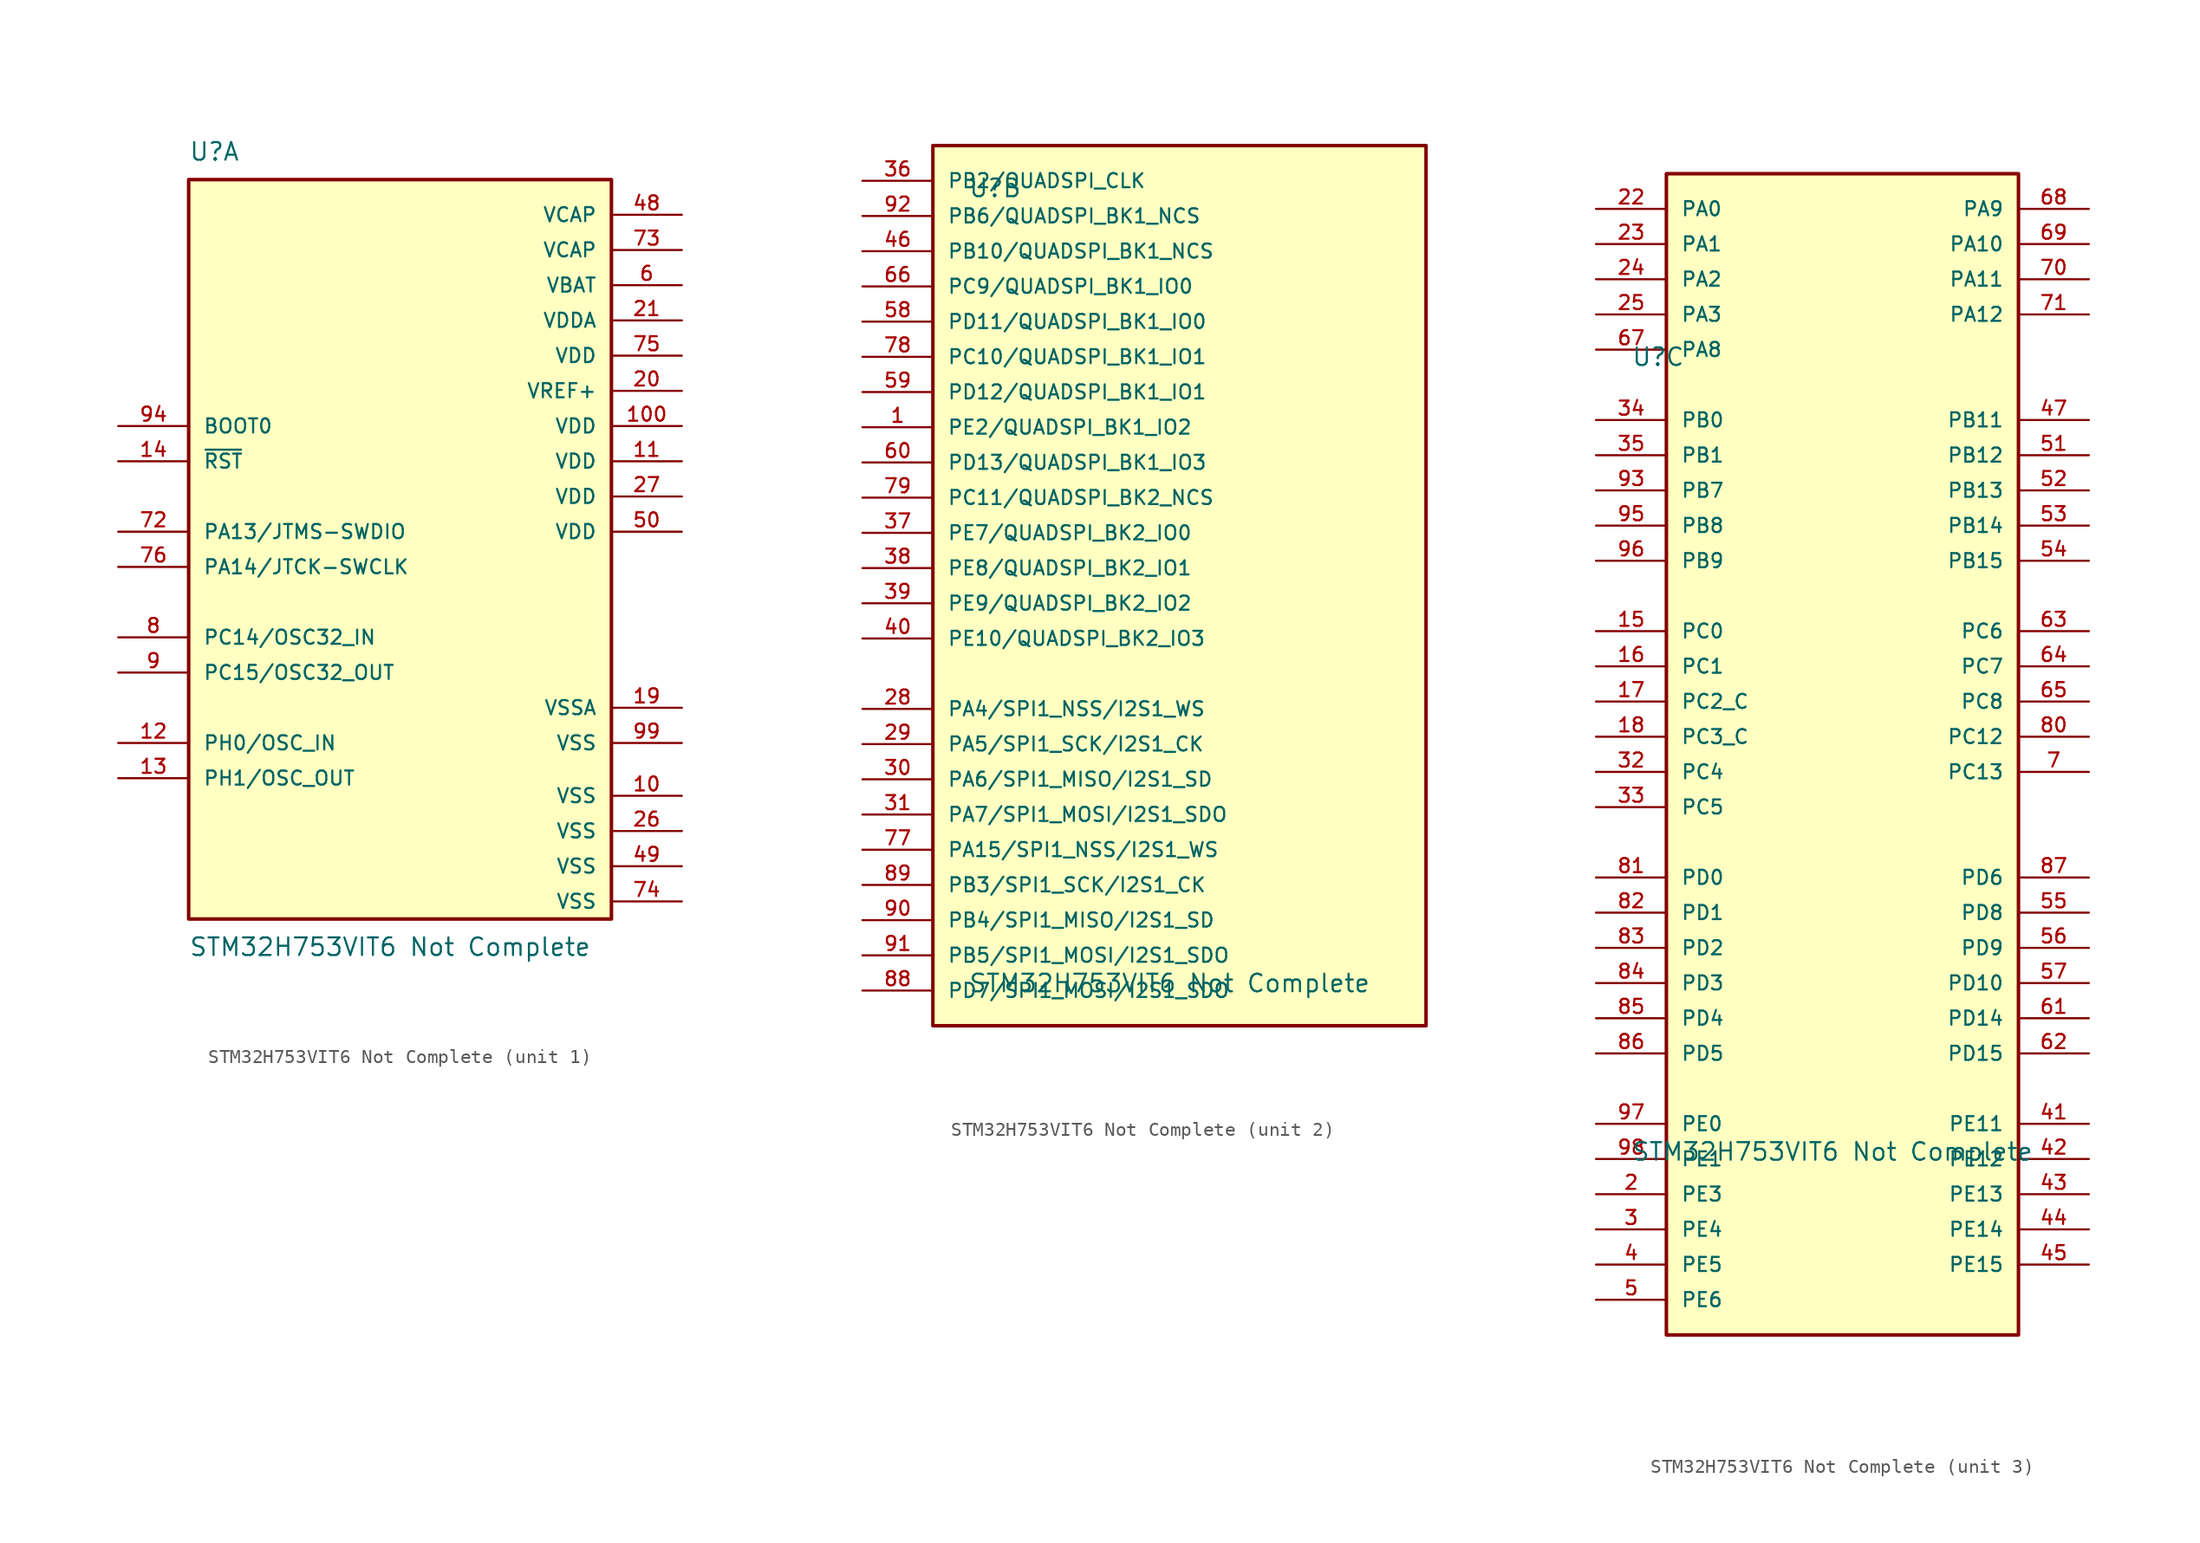
<source format=kicad_sym>
(kicad_symbol_lib
  (version 20241209)
  (generator "kicad_symbol_editor")
  (generator_version "9.0")
  (symbol "STM32H753VIT6 Not Complete"
    (pin_names
      (offset 1.016))
    (property "Reference" "U"
      (at -15.24 26.67 0)
      (effects (font (size 1.27 1.27)) (justify left bottom)))
    (property "Value" "STM32H753VIT6 Not Complete"
      (at -15.24 -29.21 0)
      (effects (font (size 1.27 1.27)) (justify left top)))
    (symbol "STM32H753VIT6 Not Complete_1_0"
      (rectangle (start -15.24 -27.94) (end 15.24 25.4) (stroke (width 0.254) (type default)) (fill (type background)))
      (pin input line (at -20.32 7.62 0) (length 5.08) (name "BOOT0" (effects (font (size 1.016 1.016)))) (number "94" (effects (font (size 1.016 1.016)))))
      (pin bidirectional line (at -20.32 5.08 0) (length 5.08) (name "~{RST}" (effects (font (size 1.016 1.016)))) (number "14" (effects (font (size 1.016 1.016)))))
      (pin bidirectional line (at -20.32 0 0) (length 5.08) (name "PA13/JTMS-SWDIO" (effects (font (size 1.016 1.016)))) (number "72" (effects (font (size 1.016 1.016)))))
      (pin bidirectional line (at -20.32 -2.54 0) (length 5.08) (name "PA14/JTCK-SWCLK" (effects (font (size 1.016 1.016)))) (number "76" (effects (font (size 1.016 1.016)))))
      (pin bidirectional line (at -20.32 -7.62 0) (length 5.08) (name "PC14/OSC32_IN" (effects (font (size 1.016 1.016)))) (number "8" (effects (font (size 1.016 1.016)))))
      (pin bidirectional line (at -20.32 -10.16 0) (length 5.08) (name "PC15/OSC32_OUT" (effects (font (size 1.016 1.016)))) (number "9" (effects (font (size 1.016 1.016)))))
      (pin bidirectional line (at -20.32 -15.24 0) (length 5.08) (name "PH0/OSC_IN" (effects (font (size 1.016 1.016)))) (number "12" (effects (font (size 1.016 1.016)))))
      (pin bidirectional line (at -20.32 -17.78 0) (length 5.08) (name "PH1/OSC_OUT" (effects (font (size 1.016 1.016)))) (number "13" (effects (font (size 1.016 1.016)))))
      (pin power_in line (at 20.32 22.86 180) (length 5.08) (name "VCAP" (effects (font (size 1.016 1.016)))) (number "48" (effects (font (size 1.016 1.016)))))
      (pin power_in line (at 20.32 20.32 180) (length 5.08) (name "VCAP" (effects (font (size 1.016 1.016)))) (number "73" (effects (font (size 1.016 1.016)))))
      (pin power_in line (at 20.32 17.78 180) (length 5.08) (name "VBAT" (effects (font (size 1.016 1.016)))) (number "6" (effects (font (size 1.016 1.016)))))
      (pin power_in line (at 20.32 15.24 180) (length 5.08) (name "VDDA" (effects (font (size 1.016 1.016)))) (number "21" (effects (font (size 1.016 1.016)))))
      (pin power_in line (at 20.32 12.7 180) (length 5.08) (name "VDD" (effects (font (size 1.016 1.016)))) (number "75" (effects (font (size 1.016 1.016)))))
      (pin power_in line (at 20.32 10.16 180) (length 5.08) (name "VREF+" (effects (font (size 1.016 1.016)))) (number "20" (effects (font (size 1.016 1.016)))))
      (pin power_in line (at 20.32 7.62 180) (length 5.08) (name "VDD" (effects (font (size 1.016 1.016)))) (number "100" (effects (font (size 1.016 1.016)))))
      (pin power_in line (at 20.32 5.08 180) (length 5.08) (name "VDD" (effects (font (size 1.016 1.016)))) (number "11" (effects (font (size 1.016 1.016)))))
      (pin power_in line (at 20.32 2.54 180) (length 5.08) (name "VDD" (effects (font (size 1.016 1.016)))) (number "27" (effects (font (size 1.016 1.016)))))
      (pin power_in line (at 20.32 0 180) (length 5.08) (name "VDD" (effects (font (size 1.016 1.016)))) (number "50" (effects (font (size 1.016 1.016)))))
      (pin power_in line (at 20.32 -12.7 180) (length 5.08) (name "VSSA" (effects (font (size 1.016 1.016)))) (number "19" (effects (font (size 1.016 1.016)))))
      (pin power_in line (at 20.32 -15.24 180) (length 5.08) (name "VSS" (effects (font (size 1.016 1.016)))) (number "99" (effects (font (size 1.016 1.016)))))
      (pin power_in line (at 20.32 -19.05 180) (length 5.08) (name "VSS" (effects (font (size 1.016 1.016)))) (number "10" (effects (font (size 1.016 1.016)))))
      (pin power_in line (at 20.32 -21.59 180) (length 5.08) (name "VSS" (effects (font (size 1.016 1.016)))) (number "26" (effects (font (size 1.016 1.016)))))
      (pin power_in line (at 20.32 -24.13 180) (length 5.08) (name "VSS" (effects (font (size 1.016 1.016)))) (number "49" (effects (font (size 1.016 1.016)))))
      (pin power_in line (at 20.32 -26.67 180) (length 5.08) (name "VSS" (effects (font (size 1.016 1.016)))) (number "74" (effects (font (size 1.016 1.016))))))
    (symbol "STM32H753VIT6 Not Complete_2_0"
      (rectangle (start -17.78 -33.02) (end 17.78 30.48) (stroke (width 0.254) (type default)) (fill (type background)))
      (pin bidirectional line (at -22.86 27.94 0) (length 5.08) (name "PB2/QUADSPI_CLK" (effects (font (size 1.016 1.016)))) (number "36" (effects (font (size 1.016 1.016)))))
      (pin bidirectional line (at -22.86 25.4 0) (length 5.08) (name "PB6/QUADSPI_BK1_NCS" (effects (font (size 1.016 1.016)))) (number "92" (effects (font (size 1.016 1.016)))))
      (pin bidirectional line (at -22.86 22.86 0) (length 5.08) (name "PB10/QUADSPI_BK1_NCS" (effects (font (size 1.016 1.016)))) (number "46" (effects (font (size 1.016 1.016)))))
      (pin bidirectional line (at -22.86 20.32 0) (length 5.08) (name "PC9/QUADSPI_BK1_IO0" (effects (font (size 1.016 1.016)))) (number "66" (effects (font (size 1.016 1.016)))))
      (pin bidirectional line (at -22.86 17.78 0) (length 5.08) (name "PD11/QUADSPI_BK1_IO0" (effects (font (size 1.016 1.016)))) (number "58" (effects (font (size 1.016 1.016)))))
      (pin bidirectional line (at -22.86 15.24 0) (length 5.08) (name "PC10/QUADSPI_BK1_IO1" (effects (font (size 1.016 1.016)))) (number "78" (effects (font (size 1.016 1.016)))))
      (pin bidirectional line (at -22.86 12.7 0) (length 5.08) (name "PD12/QUADSPI_BK1_IO1" (effects (font (size 1.016 1.016)))) (number "59" (effects (font (size 1.016 1.016)))))
      (pin bidirectional line (at -22.86 10.16 0) (length 5.08) (name "PE2/QUADSPI_BK1_IO2" (effects (font (size 1.016 1.016)))) (number "1" (effects (font (size 1.016 1.016)))))
      (pin bidirectional line (at -22.86 7.62 0) (length 5.08) (name "PD13/QUADSPI_BK1_IO3" (effects (font (size 1.016 1.016)))) (number "60" (effects (font (size 1.016 1.016)))))
      (pin bidirectional line (at -22.86 5.08 0) (length 5.08) (name "PC11/QUADSPI_BK2_NCS" (effects (font (size 1.016 1.016)))) (number "79" (effects (font (size 1.016 1.016)))))
      (pin bidirectional line (at -22.86 2.54 0) (length 5.08) (name "PE7/QUADSPI_BK2_IO0" (effects (font (size 1.016 1.016)))) (number "37" (effects (font (size 1.016 1.016)))))
      (pin bidirectional line (at -22.86 0 0) (length 5.08) (name "PE8/QUADSPI_BK2_IO1" (effects (font (size 1.016 1.016)))) (number "38" (effects (font (size 1.016 1.016)))))
      (pin bidirectional line (at -22.86 -2.54 0) (length 5.08) (name "PE9/QUADSPI_BK2_IO2" (effects (font (size 1.016 1.016)))) (number "39" (effects (font (size 1.016 1.016)))))
      (pin bidirectional line (at -22.86 -5.08 0) (length 5.08) (name "PE10/QUADSPI_BK2_IO3" (effects (font (size 1.016 1.016)))) (number "40" (effects (font (size 1.016 1.016)))))
      (pin bidirectional line (at -22.86 -10.16 0) (length 5.08) (name "PA4/SPI1_NSS/I2S1_WS" (effects (font (size 1.016 1.016)))) (number "28" (effects (font (size 1.016 1.016)))))
      (pin bidirectional line (at -22.86 -12.7 0) (length 5.08) (name "PA5/SPI1_SCK/I2S1_CK" (effects (font (size 1.016 1.016)))) (number "29" (effects (font (size 1.016 1.016)))))
      (pin bidirectional line (at -22.86 -15.24 0) (length 5.08) (name "PA6/SPI1_MISO/I2S1_SD" (effects (font (size 1.016 1.016)))) (number "30" (effects (font (size 1.016 1.016)))))
      (pin bidirectional line (at -22.86 -17.78 0) (length 5.08) (name "PA7/SPI1_MOSI/I2S1_SDO" (effects (font (size 1.016 1.016)))) (number "31" (effects (font (size 1.016 1.016)))))
      (pin bidirectional line (at -22.86 -20.32 0) (length 5.08) (name "PA15/SPI1_NSS/I2S1_WS" (effects (font (size 1.016 1.016)))) (number "77" (effects (font (size 1.016 1.016)))))
      (pin bidirectional line (at -22.86 -22.86 0) (length 5.08) (name "PB3/SPI1_SCK/I2S1_CK" (effects (font (size 1.016 1.016)))) (number "89" (effects (font (size 1.016 1.016)))))
      (pin bidirectional line (at -22.86 -25.4 0) (length 5.08) (name "PB4/SPI1_MISO/I2S1_SD" (effects (font (size 1.016 1.016)))) (number "90" (effects (font (size 1.016 1.016)))))
      (pin bidirectional line (at -22.86 -27.94 0) (length 5.08) (name "PB5/SPI1_MOSI/I2S1_SDO" (effects (font (size 1.016 1.016)))) (number "91" (effects (font (size 1.016 1.016)))))
      (pin bidirectional line (at -22.86 -30.48 0) (length 5.08) (name "PD7/SPI1_MOSI/I2S1_SDO" (effects (font (size 1.016 1.016)))) (number "88" (effects (font (size 1.016 1.016))))))
    (symbol "STM32H753VIT6 Not Complete_3_0"
      (rectangle (start -12.7 -43.18) (end 12.7 40.64) (stroke (width 0.254) (type default)) (fill (type background)))
      (pin bidirectional line (at -17.78 38.1 0) (length 5.08) (name "PA0" (effects (font (size 1.016 1.016)))) (number "22" (effects (font (size 1.016 1.016)))))
      (pin bidirectional line (at -17.78 35.56 0) (length 5.08) (name "PA1" (effects (font (size 1.016 1.016)))) (number "23" (effects (font (size 1.016 1.016)))))
      (pin bidirectional line (at -17.78 33.02 0) (length 5.08) (name "PA2" (effects (font (size 1.016 1.016)))) (number "24" (effects (font (size 1.016 1.016)))))
      (pin bidirectional line (at -17.78 30.48 0) (length 5.08) (name "PA3" (effects (font (size 1.016 1.016)))) (number "25" (effects (font (size 1.016 1.016)))))
      (pin bidirectional line (at -17.78 27.94 0) (length 5.08) (name "PA8" (effects (font (size 1.016 1.016)))) (number "67" (effects (font (size 1.016 1.016)))))
      (pin bidirectional line (at -17.78 22.86 0) (length 5.08) (name "PB0" (effects (font (size 1.016 1.016)))) (number "34" (effects (font (size 1.016 1.016)))))
      (pin bidirectional line (at -17.78 20.32 0) (length 5.08) (name "PB1" (effects (font (size 1.016 1.016)))) (number "35" (effects (font (size 1.016 1.016)))))
      (pin bidirectional line (at -17.78 17.78 0) (length 5.08) (name "PB7" (effects (font (size 1.016 1.016)))) (number "93" (effects (font (size 1.016 1.016)))))
      (pin bidirectional line (at -17.78 15.24 0) (length 5.08) (name "PB8" (effects (font (size 1.016 1.016)))) (number "95" (effects (font (size 1.016 1.016)))))
      (pin bidirectional line (at -17.78 12.7 0) (length 5.08) (name "PB9" (effects (font (size 1.016 1.016)))) (number "96" (effects (font (size 1.016 1.016)))))
      (pin bidirectional line (at -17.78 7.62 0) (length 5.08) (name "PC0" (effects (font (size 1.016 1.016)))) (number "15" (effects (font (size 1.016 1.016)))))
      (pin bidirectional line (at -17.78 5.08 0) (length 5.08) (name "PC1" (effects (font (size 1.016 1.016)))) (number "16" (effects (font (size 1.016 1.016)))))
      (pin bidirectional line (at -17.78 2.54 0) (length 5.08) (name "PC2_C" (effects (font (size 1.016 1.016)))) (number "17" (effects (font (size 1.016 1.016)))))
      (pin bidirectional line (at -17.78 0 0) (length 5.08) (name "PC3_C" (effects (font (size 1.016 1.016)))) (number "18" (effects (font (size 1.016 1.016)))))
      (pin bidirectional line (at -17.78 -2.54 0) (length 5.08) (name "PC4" (effects (font (size 1.016 1.016)))) (number "32" (effects (font (size 1.016 1.016)))))
      (pin bidirectional line (at -17.78 -5.08 0) (length 5.08) (name "PC5" (effects (font (size 1.016 1.016)))) (number "33" (effects (font (size 1.016 1.016)))))
      (pin bidirectional line (at -17.78 -10.16 0) (length 5.08) (name "PD0" (effects (font (size 1.016 1.016)))) (number "81" (effects (font (size 1.016 1.016)))))
      (pin bidirectional line (at -17.78 -12.7 0) (length 5.08) (name "PD1" (effects (font (size 1.016 1.016)))) (number "82" (effects (font (size 1.016 1.016)))))
      (pin bidirectional line (at -17.78 -15.24 0) (length 5.08) (name "PD2" (effects (font (size 1.016 1.016)))) (number "83" (effects (font (size 1.016 1.016)))))
      (pin bidirectional line (at -17.78 -17.78 0) (length 5.08) (name "PD3" (effects (font (size 1.016 1.016)))) (number "84" (effects (font (size 1.016 1.016)))))
      (pin bidirectional line (at -17.78 -20.32 0) (length 5.08) (name "PD4" (effects (font (size 1.016 1.016)))) (number "85" (effects (font (size 1.016 1.016)))))
      (pin bidirectional line (at -17.78 -22.86 0) (length 5.08) (name "PD5" (effects (font (size 1.016 1.016)))) (number "86" (effects (font (size 1.016 1.016)))))
      (pin bidirectional line (at -17.78 -27.94 0) (length 5.08) (name "PE0" (effects (font (size 1.016 1.016)))) (number "97" (effects (font (size 1.016 1.016)))))
      (pin bidirectional line (at -17.78 -30.48 0) (length 5.08) (name "PE1" (effects (font (size 1.016 1.016)))) (number "98" (effects (font (size 1.016 1.016)))))
      (pin bidirectional line (at -17.78 -33.02 0) (length 5.08) (name "PE3" (effects (font (size 1.016 1.016)))) (number "2" (effects (font (size 1.016 1.016)))))
      (pin bidirectional line (at -17.78 -35.56 0) (length 5.08) (name "PE4" (effects (font (size 1.016 1.016)))) (number "3" (effects (font (size 1.016 1.016)))))
      (pin bidirectional line (at -17.78 -38.1 0) (length 5.08) (name "PE5" (effects (font (size 1.016 1.016)))) (number "4" (effects (font (size 1.016 1.016)))))
      (pin bidirectional line (at -17.78 -40.64 0) (length 5.08) (name "PE6" (effects (font (size 1.016 1.016)))) (number "5" (effects (font (size 1.016 1.016)))))
      (pin bidirectional line (at 17.78 38.1 180) (length 5.08) (name "PA9" (effects (font (size 1.016 1.016)))) (number "68" (effects (font (size 1.016 1.016)))))
      (pin bidirectional line (at 17.78 35.56 180) (length 5.08) (name "PA10" (effects (font (size 1.016 1.016)))) (number "69" (effects (font (size 1.016 1.016)))))
      (pin bidirectional line (at 17.78 33.02 180) (length 5.08) (name "PA11" (effects (font (size 1.016 1.016)))) (number "70" (effects (font (size 1.016 1.016)))))
      (pin bidirectional line (at 17.78 30.48 180) (length 5.08) (name "PA12" (effects (font (size 1.016 1.016)))) (number "71" (effects (font (size 1.016 1.016)))))
      (pin bidirectional line (at 17.78 22.86 180) (length 5.08) (name "PB11" (effects (font (size 1.016 1.016)))) (number "47" (effects (font (size 1.016 1.016)))))
      (pin bidirectional line (at 17.78 20.32 180) (length 5.08) (name "PB12" (effects (font (size 1.016 1.016)))) (number "51" (effects (font (size 1.016 1.016)))))
      (pin bidirectional line (at 17.78 17.78 180) (length 5.08) (name "PB13" (effects (font (size 1.016 1.016)))) (number "52" (effects (font (size 1.016 1.016)))))
      (pin bidirectional line (at 17.78 15.24 180) (length 5.08) (name "PB14" (effects (font (size 1.016 1.016)))) (number "53" (effects (font (size 1.016 1.016)))))
      (pin bidirectional line (at 17.78 12.7 180) (length 5.08) (name "PB15" (effects (font (size 1.016 1.016)))) (number "54" (effects (font (size 1.016 1.016)))))
      (pin bidirectional line (at 17.78 7.62 180) (length 5.08) (name "PC6" (effects (font (size 1.016 1.016)))) (number "63" (effects (font (size 1.016 1.016)))))
      (pin bidirectional line (at 17.78 5.08 180) (length 5.08) (name "PC7" (effects (font (size 1.016 1.016)))) (number "64" (effects (font (size 1.016 1.016)))))
      (pin bidirectional line (at 17.78 2.54 180) (length 5.08) (name "PC8" (effects (font (size 1.016 1.016)))) (number "65" (effects (font (size 1.016 1.016)))))
      (pin bidirectional line (at 17.78 0 180) (length 5.08) (name "PC12" (effects (font (size 1.016 1.016)))) (number "80" (effects (font (size 1.016 1.016)))))
      (pin bidirectional line (at 17.78 -2.54 180) (length 5.08) (name "PC13" (effects (font (size 1.016 1.016)))) (number "7" (effects (font (size 1.016 1.016)))))
      (pin bidirectional line (at 17.78 -10.16 180) (length 5.08) (name "PD6" (effects (font (size 1.016 1.016)))) (number "87" (effects (font (size 1.016 1.016)))))
      (pin bidirectional line (at 17.78 -12.7 180) (length 5.08) (name "PD8" (effects (font (size 1.016 1.016)))) (number "55" (effects (font (size 1.016 1.016)))))
      (pin bidirectional line (at 17.78 -15.24 180) (length 5.08) (name "PD9" (effects (font (size 1.016 1.016)))) (number "56" (effects (font (size 1.016 1.016)))))
      (pin bidirectional line (at 17.78 -17.78 180) (length 5.08) (name "PD10" (effects (font (size 1.016 1.016)))) (number "57" (effects (font (size 1.016 1.016)))))
      (pin bidirectional line (at 17.78 -20.32 180) (length 5.08) (name "PD14" (effects (font (size 1.016 1.016)))) (number "61" (effects (font (size 1.016 1.016)))))
      (pin bidirectional line (at 17.78 -22.86 180) (length 5.08) (name "PD15" (effects (font (size 1.016 1.016)))) (number "62" (effects (font (size 1.016 1.016)))))
      (pin bidirectional line (at 17.78 -27.94 180) (length 5.08) (name "PE11" (effects (font (size 1.016 1.016)))) (number "41" (effects (font (size 1.016 1.016)))))
      (pin bidirectional line (at 17.78 -30.48 180) (length 5.08) (name "PE12" (effects (font (size 1.016 1.016)))) (number "42" (effects (font (size 1.016 1.016)))))
      (pin bidirectional line (at 17.78 -33.02 180) (length 5.08) (name "PE13" (effects (font (size 1.016 1.016)))) (number "43" (effects (font (size 1.016 1.016)))))
      (pin bidirectional line (at 17.78 -35.56 180) (length 5.08) (name "PE14" (effects (font (size 1.016 1.016)))) (number "44" (effects (font (size 1.016 1.016)))))
      (pin bidirectional line (at 17.78 -38.1 180) (length 5.08) (name "PE15" (effects (font (size 1.016 1.016)))) (number "45" (effects (font (size 1.016 1.016))))))))
</source>
